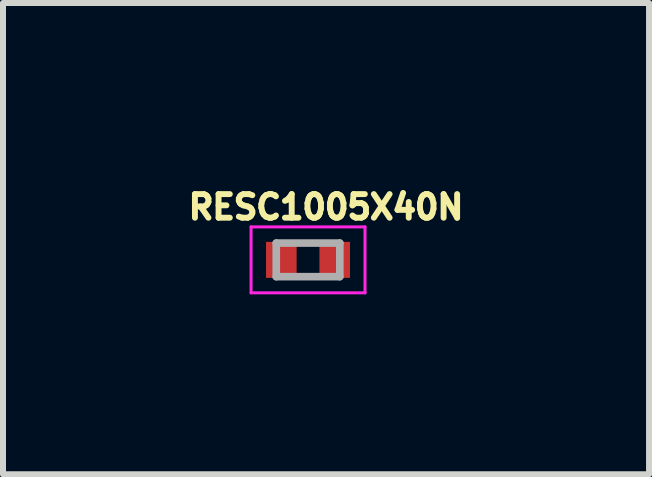
<source format=kicad_pcb>
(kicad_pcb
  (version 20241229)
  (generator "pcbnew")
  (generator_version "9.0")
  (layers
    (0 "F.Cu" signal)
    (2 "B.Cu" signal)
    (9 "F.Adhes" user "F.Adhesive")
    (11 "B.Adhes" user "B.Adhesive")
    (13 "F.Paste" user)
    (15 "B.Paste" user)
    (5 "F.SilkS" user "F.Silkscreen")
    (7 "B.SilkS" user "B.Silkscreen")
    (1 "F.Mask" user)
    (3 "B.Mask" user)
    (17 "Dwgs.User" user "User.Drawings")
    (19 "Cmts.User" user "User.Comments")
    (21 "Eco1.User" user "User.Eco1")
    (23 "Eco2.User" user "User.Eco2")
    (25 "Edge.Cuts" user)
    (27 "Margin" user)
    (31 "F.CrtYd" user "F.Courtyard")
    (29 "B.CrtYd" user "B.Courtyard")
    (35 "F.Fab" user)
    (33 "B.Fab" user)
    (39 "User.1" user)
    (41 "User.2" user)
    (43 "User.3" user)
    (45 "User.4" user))
  (footprint "RESC1005X40N"
    (layer "F.Cu")
    (at 2.086 1.283)
    (property "Reference" "RESC1005X40N" (at 0.3 -0.88 0) (layer "F.SilkS") (effects (font (size 0.394 0.394) (thickness 0.15))))
    (attr through_hole)
    (fp_line (start -0.95 -0.55) (end 0.95 -0.55) (stroke (width 0.05) (type solid)) (layer "F.CrtYd"))
    (fp_line (start -0.95 0.55) (end -0.95 -0.55) (stroke (width 0.05) (type solid)) (layer "F.CrtYd"))
    (fp_line (start -0.95 0.55) (end 0.95 0.55) (stroke (width 0.05) (type solid)) (layer "F.CrtYd"))
    (fp_line (start 0.95 0.55) (end 0.95 -0.55) (stroke (width 0.05) (type solid)) (layer "F.CrtYd"))
    (fp_line (start -0.53 0.28) (end -0.53 -0.28) (stroke (width 0.127) (type solid)) (layer "F.Fab"))
    (fp_line (start 0.53 -0.28) (end -0.53 -0.28) (stroke (width 0.127) (type solid)) (layer "F.Fab"))
    (fp_line (start 0.53 0.28) (end -0.53 0.28) (stroke (width 0.127) (type solid)) (layer "F.Fab"))
    (fp_line (start 0.53 0.28) (end 0.53 -0.28) (stroke (width 0.127) (type solid)) (layer "F.Fab"))
    (pad "1" smd rect (at -0.445 0) (size 0.51 0.6) (layers "F.Cu" "F.Mask" "F.Paste"))
    (pad "2" smd rect (at 0.445 0) (size 0.51 0.6) (layers "F.Cu" "F.Mask" "F.Paste")))
  (gr_rect
    (start -3 -3)
    (end 7.772 4.858)
    (stroke (width 0.1) (type default))
    (fill no)
    (layer "Edge.Cuts")))
</source>
